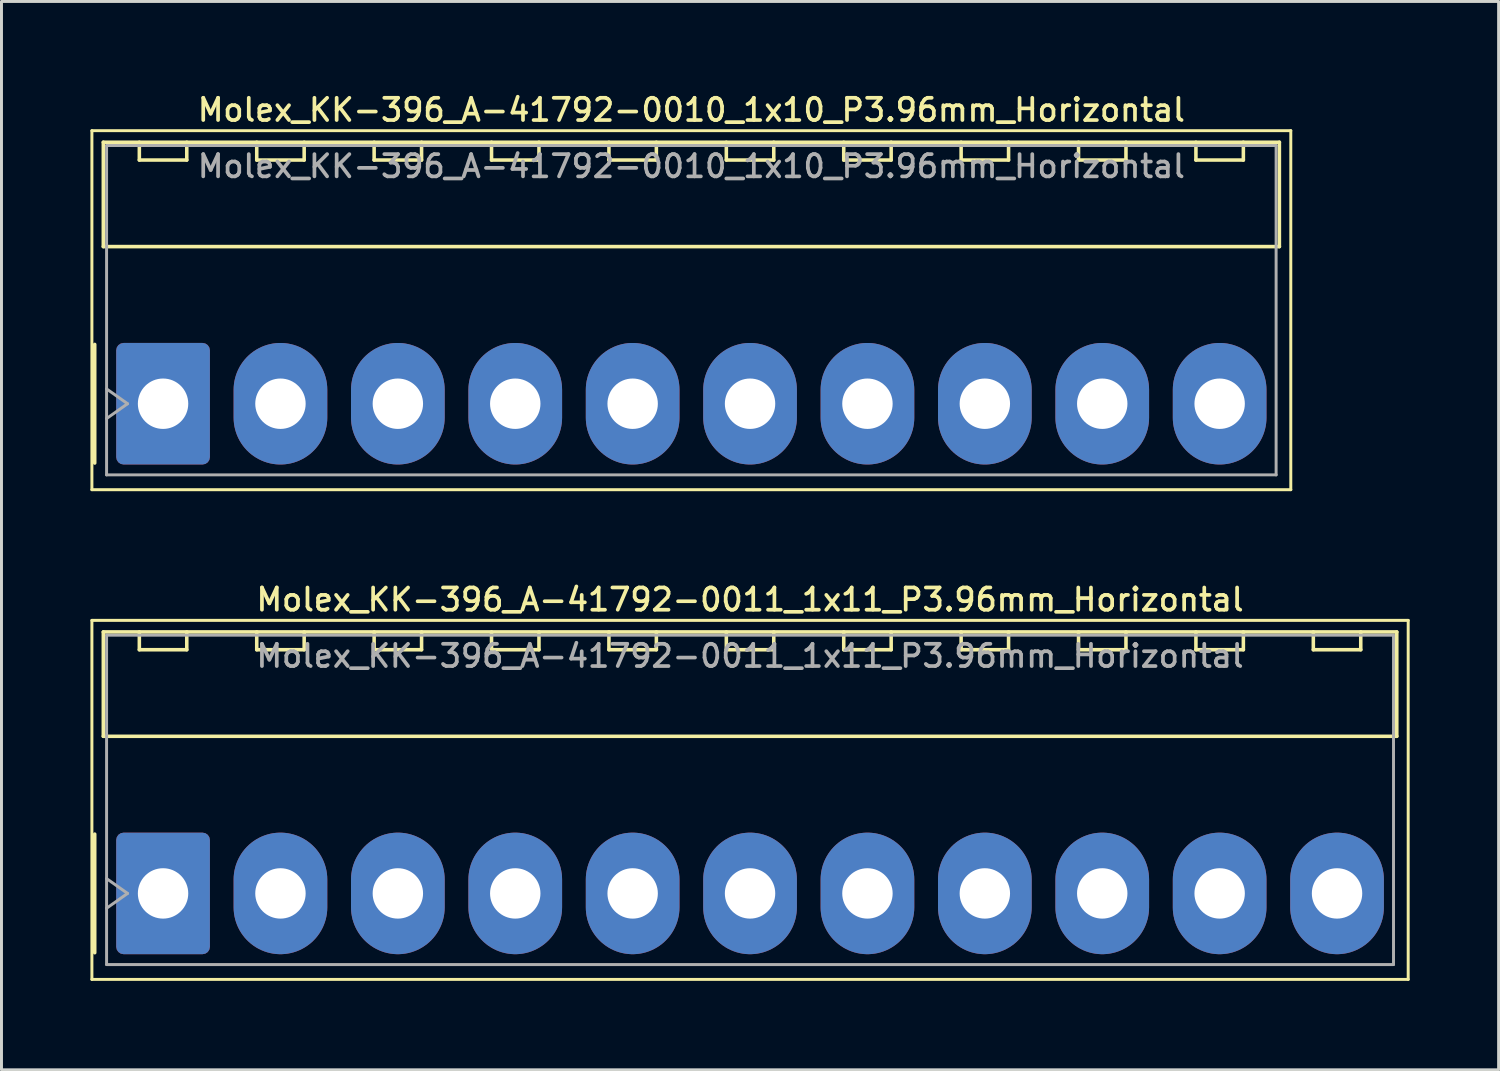
<source format=kicad_pcb>
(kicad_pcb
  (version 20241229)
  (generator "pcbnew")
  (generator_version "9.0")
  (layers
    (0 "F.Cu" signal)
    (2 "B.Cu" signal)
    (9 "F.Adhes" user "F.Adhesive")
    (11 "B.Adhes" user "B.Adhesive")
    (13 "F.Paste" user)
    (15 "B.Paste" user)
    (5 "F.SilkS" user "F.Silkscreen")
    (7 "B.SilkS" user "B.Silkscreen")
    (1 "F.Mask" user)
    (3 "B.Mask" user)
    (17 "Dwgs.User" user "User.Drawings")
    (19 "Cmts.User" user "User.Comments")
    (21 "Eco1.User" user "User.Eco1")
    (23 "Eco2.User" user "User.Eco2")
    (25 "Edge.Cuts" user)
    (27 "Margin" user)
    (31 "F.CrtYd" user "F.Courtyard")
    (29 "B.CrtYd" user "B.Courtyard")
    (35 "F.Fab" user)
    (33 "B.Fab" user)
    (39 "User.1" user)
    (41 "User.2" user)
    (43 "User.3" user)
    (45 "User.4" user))
  (footprint "Molex_KK-396_A-41792-0011_1x11_P3.96mm_Horizontal"
    (layer "F.Cu")
    (at 2.45 27.086)
    (property "Reference" "Molex_KK-396_A-41792-0011_1x11_P3.96mm_Horizontal" (at 19.8 -9.91 0) (layer "F.SilkS") (effects (font (size 0.75 0.75) (thickness 0.125))))
    (attr through_hole)
    (fp_line (start -2.4 -9.21) (end -2.4 2.9) (stroke (width 0.1) (type solid)) (layer "F.SilkS"))
    (fp_line (start -2.4 2.9) (end 42 2.9) (stroke (width 0.1) (type solid)) (layer "F.SilkS"))
    (fp_line (start -2.305 -2) (end -2.305 2) (stroke (width 0.12) (type solid)) (layer "F.SilkS"))
    (fp_line (start -2.015 -8.82) (end 41.615 -8.82) (stroke (width 0.12) (type solid)) (layer "F.SilkS"))
    (fp_line (start -2.015 -5.3) (end -2.015 -8.82) (stroke (width 0.12) (type solid)) (layer "F.SilkS"))
    (fp_line (start -0.8 -8.82) (end -0.8 -8.22) (stroke (width 0.12) (type solid)) (layer "F.SilkS"))
    (fp_line (start -0.8 -8.22) (end 0.8 -8.22) (stroke (width 0.12) (type solid)) (layer "F.SilkS"))
    (fp_line (start 0.8 -8.22) (end 0.8 -8.82) (stroke (width 0.12) (type solid)) (layer "F.SilkS"))
    (fp_line (start 3.16 -8.82) (end 3.16 -8.22) (stroke (width 0.12) (type solid)) (layer "F.SilkS"))
    (fp_line (start 3.16 -8.22) (end 4.76 -8.22) (stroke (width 0.12) (type solid)) (layer "F.SilkS"))
    (fp_line (start 4.76 -8.22) (end 4.76 -8.82) (stroke (width 0.12) (type solid)) (layer "F.SilkS"))
    (fp_line (start 7.12 -8.82) (end 7.12 -8.22) (stroke (width 0.12) (type solid)) (layer "F.SilkS"))
    (fp_line (start 7.12 -8.22) (end 8.72 -8.22) (stroke (width 0.12) (type solid)) (layer "F.SilkS"))
    (fp_line (start 8.72 -8.22) (end 8.72 -8.82) (stroke (width 0.12) (type solid)) (layer "F.SilkS"))
    (fp_line (start 11.08 -8.82) (end 11.08 -8.22) (stroke (width 0.12) (type solid)) (layer "F.SilkS"))
    (fp_line (start 11.08 -8.22) (end 12.68 -8.22) (stroke (width 0.12) (type solid)) (layer "F.SilkS"))
    (fp_line (start 12.68 -8.22) (end 12.68 -8.82) (stroke (width 0.12) (type solid)) (layer "F.SilkS"))
    (fp_line (start 15.04 -8.82) (end 15.04 -8.22) (stroke (width 0.12) (type solid)) (layer "F.SilkS"))
    (fp_line (start 15.04 -8.22) (end 16.64 -8.22) (stroke (width 0.12) (type solid)) (layer "F.SilkS"))
    (fp_line (start 16.64 -8.22) (end 16.64 -8.82) (stroke (width 0.12) (type solid)) (layer "F.SilkS"))
    (fp_line (start 19 -8.82) (end 19 -8.22) (stroke (width 0.12) (type solid)) (layer "F.SilkS"))
    (fp_line (start 19 -8.22) (end 20.6 -8.22) (stroke (width 0.12) (type solid)) (layer "F.SilkS"))
    (fp_line (start 20.6 -8.22) (end 20.6 -8.82) (stroke (width 0.12) (type solid)) (layer "F.SilkS"))
    (fp_line (start 22.96 -8.82) (end 22.96 -8.22) (stroke (width 0.12) (type solid)) (layer "F.SilkS"))
    (fp_line (start 22.96 -8.22) (end 24.56 -8.22) (stroke (width 0.12) (type solid)) (layer "F.SilkS"))
    (fp_line (start 24.56 -8.22) (end 24.56 -8.82) (stroke (width 0.12) (type solid)) (layer "F.SilkS"))
    (fp_line (start 26.92 -8.82) (end 26.92 -8.22) (stroke (width 0.12) (type solid)) (layer "F.SilkS"))
    (fp_line (start 26.92 -8.22) (end 28.52 -8.22) (stroke (width 0.12) (type solid)) (layer "F.SilkS"))
    (fp_line (start 28.52 -8.22) (end 28.52 -8.82) (stroke (width 0.12) (type solid)) (layer "F.SilkS"))
    (fp_line (start 30.88 -8.82) (end 30.88 -8.22) (stroke (width 0.12) (type solid)) (layer "F.SilkS"))
    (fp_line (start 30.88 -8.22) (end 32.48 -8.22) (stroke (width 0.12) (type solid)) (layer "F.SilkS"))
    (fp_line (start 32.48 -8.22) (end 32.48 -8.82) (stroke (width 0.12) (type solid)) (layer "F.SilkS"))
    (fp_line (start 34.84 -8.82) (end 34.84 -8.22) (stroke (width 0.12) (type solid)) (layer "F.SilkS"))
    (fp_line (start 34.84 -8.22) (end 36.44 -8.22) (stroke (width 0.12) (type solid)) (layer "F.SilkS"))
    (fp_line (start 36.44 -8.22) (end 36.44 -8.82) (stroke (width 0.12) (type solid)) (layer "F.SilkS"))
    (fp_line (start 38.8 -8.82) (end 38.8 -8.22) (stroke (width 0.12) (type solid)) (layer "F.SilkS"))
    (fp_line (start 38.8 -8.22) (end 40.4 -8.22) (stroke (width 0.12) (type solid)) (layer "F.SilkS"))
    (fp_line (start 40.4 -8.22) (end 40.4 -8.82) (stroke (width 0.12) (type solid)) (layer "F.SilkS"))
    (fp_line (start 41.615 -8.82) (end 41.615 -5.3) (stroke (width 0.12) (type solid)) (layer "F.SilkS"))
    (fp_line (start 41.615 -5.3) (end -2.015 -5.3) (stroke (width 0.12) (type solid)) (layer "F.SilkS"))
    (fp_line (start 42 -9.21) (end -2.4 -9.21) (stroke (width 0.1) (type solid)) (layer "F.SilkS"))
    (fp_line (start 42 2.9) (end 42 -9.21) (stroke (width 0.1) (type solid)) (layer "F.SilkS"))
    (fp_line (start -1.905 -8.71) (end 41.505 -8.71) (stroke (width 0.1) (type solid)) (layer "F.Fab"))
    (fp_line (start -1.905 -0.5) (end -1.198 0) (stroke (width 0.1) (type solid)) (layer "F.Fab"))
    (fp_line (start -1.905 2.4) (end -1.905 -8.71) (stroke (width 0.1) (type solid)) (layer "F.Fab"))
    (fp_line (start -1.198 0) (end -1.905 0.5) (stroke (width 0.1) (type solid)) (layer "F.Fab"))
    (fp_line (start 41.505 -8.71) (end 41.505 2.4) (stroke (width 0.1) (type solid)) (layer "F.Fab"))
    (fp_line (start 41.505 2.4) (end -1.905 2.4) (stroke (width 0.1) (type solid)) (layer "F.Fab"))
    (fp_text user "${REFERENCE}" (at 19.8 -8.01 0) (layer "F.Fab") (effects (font (size 0.75 0.75) (thickness 0.125))))
    (pad "1" thru_hole roundrect (at 0 0) (size 3.16 4.1) (drill 1.7) (layers "*.Cu" "*.Mask") (roundrect_rratio 0.079))
    (pad "2" thru_hole oval (at 3.96 0) (size 3.16 4.1) (drill 1.7) (layers "*.Cu" "*.Mask"))
    (pad "3" thru_hole oval (at 7.92 0) (size 3.16 4.1) (drill 1.7) (layers "*.Cu" "*.Mask"))
    (pad "4" thru_hole oval (at 11.88 0) (size 3.16 4.1) (drill 1.7) (layers "*.Cu" "*.Mask"))
    (pad "5" thru_hole oval (at 15.84 0) (size 3.16 4.1) (drill 1.7) (layers "*.Cu" "*.Mask"))
    (pad "6" thru_hole oval (at 19.8 0) (size 3.16 4.1) (drill 1.7) (layers "*.Cu" "*.Mask"))
    (pad "7" thru_hole oval (at 23.76 0) (size 3.16 4.1) (drill 1.7) (layers "*.Cu" "*.Mask"))
    (pad "8" thru_hole oval (at 27.72 0) (size 3.16 4.1) (drill 1.7) (layers "*.Cu" "*.Mask"))
    (pad "9" thru_hole oval (at 31.68 0) (size 3.16 4.1) (drill 1.7) (layers "*.Cu" "*.Mask"))
    (pad "10" thru_hole oval (at 35.64 0) (size 3.16 4.1) (drill 1.7) (layers "*.Cu" "*.Mask"))
    (pad "11" thru_hole oval (at 39.6 0) (size 3.16 4.1) (drill 1.7) (layers "*.Cu" "*.Mask")))
  (footprint "Molex_KK-396_A-41792-0010_1x10_P3.96mm_Horizontal"
    (layer "F.Cu")
    (at 2.45 10.568)
    (property "Reference" "Molex_KK-396_A-41792-0010_1x10_P3.96mm_Horizontal" (at 17.82 -9.91 0) (layer "F.SilkS") (effects (font (size 0.75 0.75) (thickness 0.125))))
    (attr through_hole)
    (fp_line (start -2.4 -9.21) (end -2.4 2.9) (stroke (width 0.1) (type solid)) (layer "F.SilkS"))
    (fp_line (start -2.4 2.9) (end 38.04 2.9) (stroke (width 0.1) (type solid)) (layer "F.SilkS"))
    (fp_line (start -2.305 -2) (end -2.305 2) (stroke (width 0.12) (type solid)) (layer "F.SilkS"))
    (fp_line (start -2.015 -8.82) (end 37.655 -8.82) (stroke (width 0.12) (type solid)) (layer "F.SilkS"))
    (fp_line (start -2.015 -5.3) (end -2.015 -8.82) (stroke (width 0.12) (type solid)) (layer "F.SilkS"))
    (fp_line (start -0.8 -8.82) (end -0.8 -8.22) (stroke (width 0.12) (type solid)) (layer "F.SilkS"))
    (fp_line (start -0.8 -8.22) (end 0.8 -8.22) (stroke (width 0.12) (type solid)) (layer "F.SilkS"))
    (fp_line (start 0.8 -8.22) (end 0.8 -8.82) (stroke (width 0.12) (type solid)) (layer "F.SilkS"))
    (fp_line (start 3.16 -8.82) (end 3.16 -8.22) (stroke (width 0.12) (type solid)) (layer "F.SilkS"))
    (fp_line (start 3.16 -8.22) (end 4.76 -8.22) (stroke (width 0.12) (type solid)) (layer "F.SilkS"))
    (fp_line (start 4.76 -8.22) (end 4.76 -8.82) (stroke (width 0.12) (type solid)) (layer "F.SilkS"))
    (fp_line (start 7.12 -8.82) (end 7.12 -8.22) (stroke (width 0.12) (type solid)) (layer "F.SilkS"))
    (fp_line (start 7.12 -8.22) (end 8.72 -8.22) (stroke (width 0.12) (type solid)) (layer "F.SilkS"))
    (fp_line (start 8.72 -8.22) (end 8.72 -8.82) (stroke (width 0.12) (type solid)) (layer "F.SilkS"))
    (fp_line (start 11.08 -8.82) (end 11.08 -8.22) (stroke (width 0.12) (type solid)) (layer "F.SilkS"))
    (fp_line (start 11.08 -8.22) (end 12.68 -8.22) (stroke (width 0.12) (type solid)) (layer "F.SilkS"))
    (fp_line (start 12.68 -8.22) (end 12.68 -8.82) (stroke (width 0.12) (type solid)) (layer "F.SilkS"))
    (fp_line (start 15.04 -8.82) (end 15.04 -8.22) (stroke (width 0.12) (type solid)) (layer "F.SilkS"))
    (fp_line (start 15.04 -8.22) (end 16.64 -8.22) (stroke (width 0.12) (type solid)) (layer "F.SilkS"))
    (fp_line (start 16.64 -8.22) (end 16.64 -8.82) (stroke (width 0.12) (type solid)) (layer "F.SilkS"))
    (fp_line (start 19 -8.82) (end 19 -8.22) (stroke (width 0.12) (type solid)) (layer "F.SilkS"))
    (fp_line (start 19 -8.22) (end 20.6 -8.22) (stroke (width 0.12) (type solid)) (layer "F.SilkS"))
    (fp_line (start 20.6 -8.22) (end 20.6 -8.82) (stroke (width 0.12) (type solid)) (layer "F.SilkS"))
    (fp_line (start 22.96 -8.82) (end 22.96 -8.22) (stroke (width 0.12) (type solid)) (layer "F.SilkS"))
    (fp_line (start 22.96 -8.22) (end 24.56 -8.22) (stroke (width 0.12) (type solid)) (layer "F.SilkS"))
    (fp_line (start 24.56 -8.22) (end 24.56 -8.82) (stroke (width 0.12) (type solid)) (layer "F.SilkS"))
    (fp_line (start 26.92 -8.82) (end 26.92 -8.22) (stroke (width 0.12) (type solid)) (layer "F.SilkS"))
    (fp_line (start 26.92 -8.22) (end 28.52 -8.22) (stroke (width 0.12) (type solid)) (layer "F.SilkS"))
    (fp_line (start 28.52 -8.22) (end 28.52 -8.82) (stroke (width 0.12) (type solid)) (layer "F.SilkS"))
    (fp_line (start 30.88 -8.82) (end 30.88 -8.22) (stroke (width 0.12) (type solid)) (layer "F.SilkS"))
    (fp_line (start 30.88 -8.22) (end 32.48 -8.22) (stroke (width 0.12) (type solid)) (layer "F.SilkS"))
    (fp_line (start 32.48 -8.22) (end 32.48 -8.82) (stroke (width 0.12) (type solid)) (layer "F.SilkS"))
    (fp_line (start 34.84 -8.82) (end 34.84 -8.22) (stroke (width 0.12) (type solid)) (layer "F.SilkS"))
    (fp_line (start 34.84 -8.22) (end 36.44 -8.22) (stroke (width 0.12) (type solid)) (layer "F.SilkS"))
    (fp_line (start 36.44 -8.22) (end 36.44 -8.82) (stroke (width 0.12) (type solid)) (layer "F.SilkS"))
    (fp_line (start 37.655 -8.82) (end 37.655 -5.3) (stroke (width 0.12) (type solid)) (layer "F.SilkS"))
    (fp_line (start 37.655 -5.3) (end -2.015 -5.3) (stroke (width 0.12) (type solid)) (layer "F.SilkS"))
    (fp_line (start 38.04 -9.21) (end -2.4 -9.21) (stroke (width 0.1) (type solid)) (layer "F.SilkS"))
    (fp_line (start 38.04 2.9) (end 38.04 -9.21) (stroke (width 0.1) (type solid)) (layer "F.SilkS"))
    (fp_line (start -1.905 -8.71) (end 37.545 -8.71) (stroke (width 0.1) (type solid)) (layer "F.Fab"))
    (fp_line (start -1.905 -0.5) (end -1.198 0) (stroke (width 0.1) (type solid)) (layer "F.Fab"))
    (fp_line (start -1.905 2.4) (end -1.905 -8.71) (stroke (width 0.1) (type solid)) (layer "F.Fab"))
    (fp_line (start -1.198 0) (end -1.905 0.5) (stroke (width 0.1) (type solid)) (layer "F.Fab"))
    (fp_line (start 37.545 -8.71) (end 37.545 2.4) (stroke (width 0.1) (type solid)) (layer "F.Fab"))
    (fp_line (start 37.545 2.4) (end -1.905 2.4) (stroke (width 0.1) (type solid)) (layer "F.Fab"))
    (fp_text user "${REFERENCE}" (at 17.82 -8.01 0) (layer "F.Fab") (effects (font (size 0.75 0.75) (thickness 0.125))))
    (pad "1" thru_hole roundrect (at 0 0) (size 3.16 4.1) (drill 1.7) (layers "*.Cu" "*.Mask") (roundrect_rratio 0.079))
    (pad "2" thru_hole oval (at 3.96 0) (size 3.16 4.1) (drill 1.7) (layers "*.Cu" "*.Mask"))
    (pad "3" thru_hole oval (at 7.92 0) (size 3.16 4.1) (drill 1.7) (layers "*.Cu" "*.Mask"))
    (pad "4" thru_hole oval (at 11.88 0) (size 3.16 4.1) (drill 1.7) (layers "*.Cu" "*.Mask"))
    (pad "5" thru_hole oval (at 15.84 0) (size 3.16 4.1) (drill 1.7) (layers "*.Cu" "*.Mask"))
    (pad "6" thru_hole oval (at 19.8 0) (size 3.16 4.1) (drill 1.7) (layers "*.Cu" "*.Mask"))
    (pad "7" thru_hole oval (at 23.76 0) (size 3.16 4.1) (drill 1.7) (layers "*.Cu" "*.Mask"))
    (pad "8" thru_hole oval (at 27.72 0) (size 3.16 4.1) (drill 1.7) (layers "*.Cu" "*.Mask"))
    (pad "9" thru_hole oval (at 31.68 0) (size 3.16 4.1) (drill 1.7) (layers "*.Cu" "*.Mask"))
    (pad "10" thru_hole oval (at 35.64 0) (size 3.16 4.1) (drill 1.7) (layers "*.Cu" "*.Mask")))
  (gr_rect
    (start -3 -3)
    (end 47.5 33.036)
    (stroke (width 0.1) (type default))
    (fill no)
    (layer "Edge.Cuts")))
</source>
